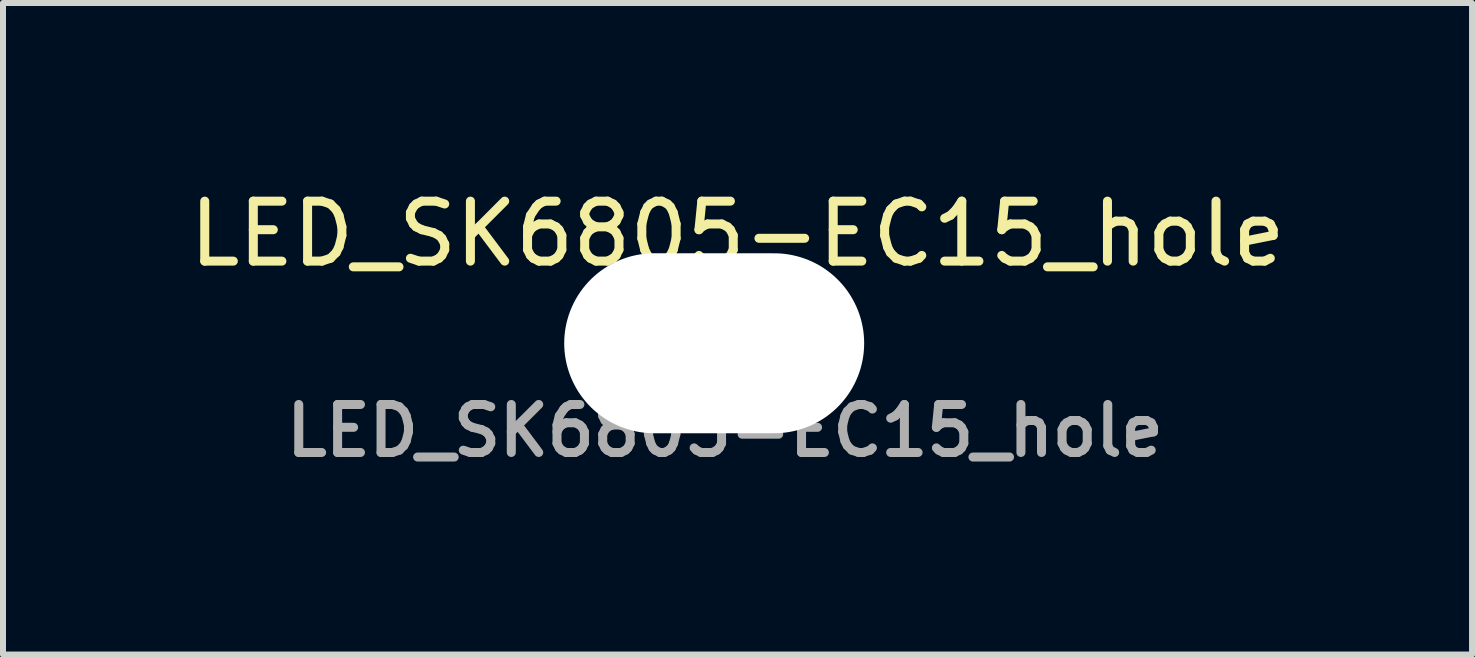
<source format=kicad_pcb>
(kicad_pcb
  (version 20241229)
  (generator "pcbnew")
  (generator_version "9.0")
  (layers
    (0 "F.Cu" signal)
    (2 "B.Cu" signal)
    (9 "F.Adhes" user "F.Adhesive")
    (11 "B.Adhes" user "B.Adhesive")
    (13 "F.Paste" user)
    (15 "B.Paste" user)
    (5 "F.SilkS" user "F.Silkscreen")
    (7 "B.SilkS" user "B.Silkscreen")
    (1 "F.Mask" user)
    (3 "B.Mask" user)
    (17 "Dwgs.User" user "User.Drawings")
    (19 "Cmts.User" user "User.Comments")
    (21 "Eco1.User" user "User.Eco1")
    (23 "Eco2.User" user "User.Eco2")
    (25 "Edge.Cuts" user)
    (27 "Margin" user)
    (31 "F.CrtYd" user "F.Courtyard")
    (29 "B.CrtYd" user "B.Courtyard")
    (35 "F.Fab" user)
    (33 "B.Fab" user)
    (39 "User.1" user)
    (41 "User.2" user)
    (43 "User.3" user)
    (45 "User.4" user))
  (footprint "LED_SK6805-EC15_hole"
    (layer "F.Cu")
    (at 8.855 2.672)
    (property "Reference" "LED_SK6805-EC15_hole" (at 0.389 -1.824 0) (layer "F.SilkS") (effects (font (size 1 1) (thickness 0.15))))
    (attr smd)
    (fp_line (start -0.85 -0.15) (end -0.85 0.15) (stroke (width 0.12) (type solid)) (layer "F.SilkS"))
    (fp_line (start -0.15 -0.85) (end 0.15 -0.85) (stroke (width 0.12) (type solid)) (layer "F.SilkS"))
    (fp_line (start 0.15 0.85) (end -0.15 0.85) (stroke (width 0.12) (type solid)) (layer "F.SilkS"))
    (fp_line (start 0.85 -0.15) (end 0.85 0.15) (stroke (width 0.12) (type solid)) (layer "F.SilkS"))
    (fp_line (start -1 -1) (end -1 1) (stroke (width 0.05) (type solid)) (layer "F.CrtYd"))
    (fp_line (start -1 1) (end 1 1) (stroke (width 0.05) (type solid)) (layer "F.CrtYd"))
    (fp_line (start 1 -1) (end -1 -1) (stroke (width 0.05) (type solid)) (layer "F.CrtYd"))
    (fp_line (start 1 1) (end 1 -1) (stroke (width 0.05) (type solid)) (layer "F.CrtYd"))
    (fp_line (start -0.75 -0.75) (end -0.75 0.75) (stroke (width 0.1) (type solid)) (layer "F.Fab"))
    (fp_line (start -0.75 0.75) (end 0.75 0.75) (stroke (width 0.1) (type solid)) (layer "F.Fab"))
    (fp_line (start 0.75 -0.75) (end -0.75 -0.75) (stroke (width 0.1) (type solid)) (layer "F.Fab"))
    (fp_line (start 0.75 0.75) (end 0.75 -0.75) (stroke (width 0.1) (type solid)) (layer "F.Fab"))
    (fp_text user "${REFERENCE}" (at 0.18 1.458 0) (layer "F.Fab") (effects (font (size 0.8 0.8) (thickness 0.15))))
    (pad "" np_thru_hole oval (at 0 0) (size 5 3) (drill oval 5 3) (layers "*.Cu" "*.Mask"))
    (pad "1" smd rect (at -1.124 0.65) (size 1.7 0.5) (layers "F.Cu" "F.Mask" "F.Paste"))
    (pad "1" smd rect (at -0.65 0.65) (size 0.9 0.9) (layers "F.Cu" "F.Mask" "F.Paste"))
    (pad "2" smd rect (at 0.65 0.65) (size 0.9 0.9) (layers "F.Cu" "F.Mask" "F.Paste"))
    (pad "2" smd rect (at 1.124 0.65) (size 1.7 0.5) (layers "F.Cu" "F.Mask" "F.Paste"))
    (pad "2" thru_hole circle (at 1.6 0.65) (size 0.5 0.5) (drill 0.3) (layers "*.Cu" "*.Mask"))
    (pad "3" smd rect (at 0.65 -0.65) (size 0.9 0.9) (layers "F.Cu" "F.Mask" "F.Paste"))
    (pad "3" smd rect (at 1.149 -0.65) (size 1.7 0.5) (layers "F.Cu" "F.Mask" "F.Paste"))
    (pad "4" thru_hole circle (at -1.65 -0.65) (size 0.5 0.5) (drill 0.3) (layers "*.Cu" "*.Mask"))
    (pad "4" smd rect (at -1.124 -0.65) (size 1.7 0.5) (layers "F.Cu" "F.Mask" "F.Paste"))
    (pad "4" smd rect (at -0.65 -0.65) (size 0.9 0.9) (layers "F.Cu" "F.Mask" "F.Paste")))
  (gr_rect
    (start -3 -3)
    (end 21.488 7.861)
    (stroke (width 0.1) (type default))
    (fill no)
    (layer "Edge.Cuts")))
</source>
